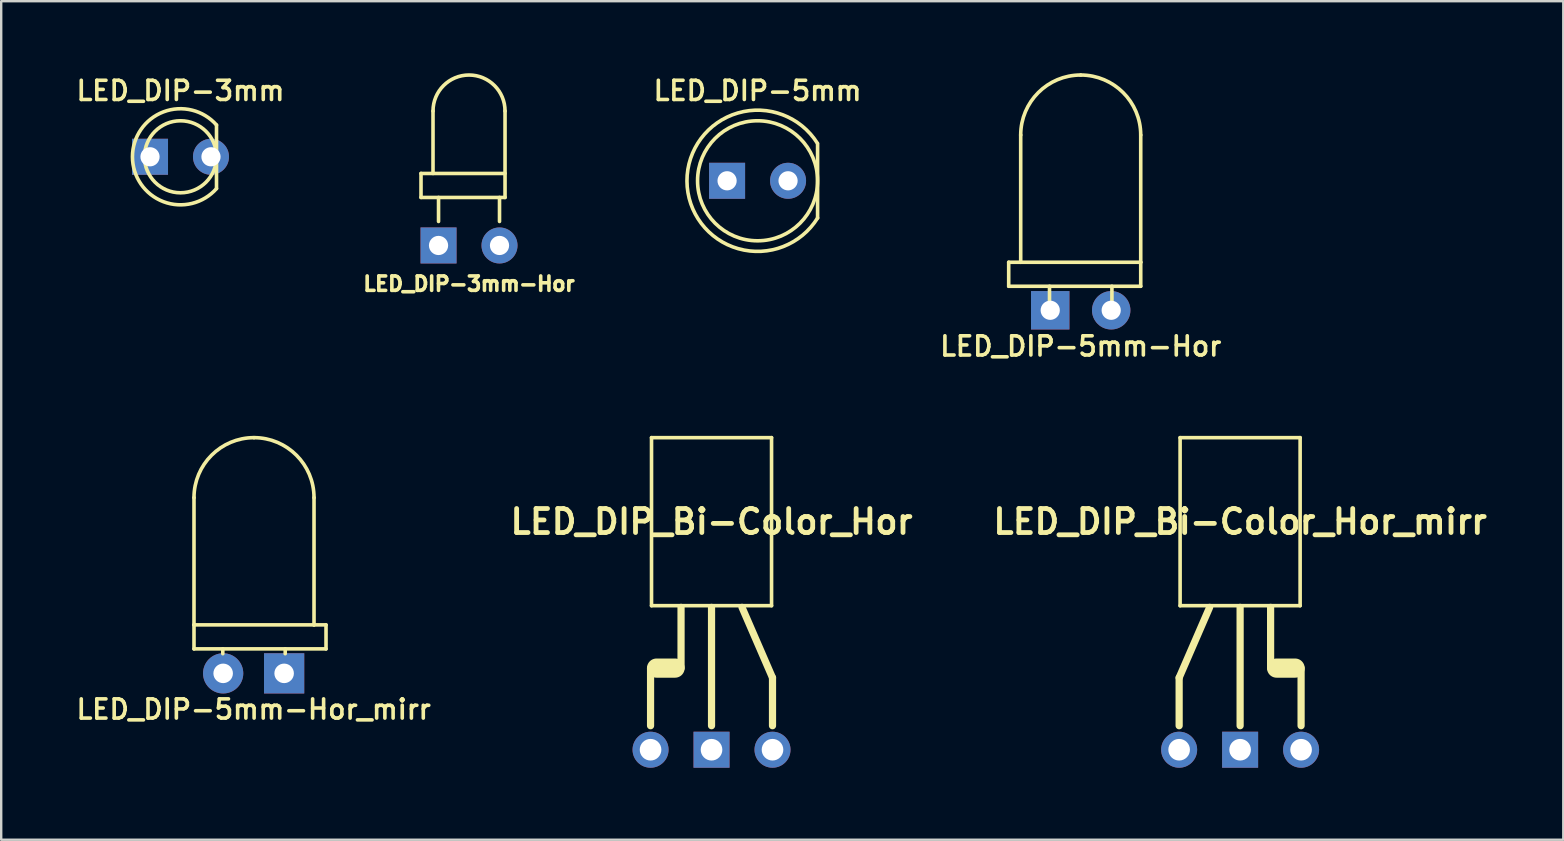
<source format=kicad_pcb>
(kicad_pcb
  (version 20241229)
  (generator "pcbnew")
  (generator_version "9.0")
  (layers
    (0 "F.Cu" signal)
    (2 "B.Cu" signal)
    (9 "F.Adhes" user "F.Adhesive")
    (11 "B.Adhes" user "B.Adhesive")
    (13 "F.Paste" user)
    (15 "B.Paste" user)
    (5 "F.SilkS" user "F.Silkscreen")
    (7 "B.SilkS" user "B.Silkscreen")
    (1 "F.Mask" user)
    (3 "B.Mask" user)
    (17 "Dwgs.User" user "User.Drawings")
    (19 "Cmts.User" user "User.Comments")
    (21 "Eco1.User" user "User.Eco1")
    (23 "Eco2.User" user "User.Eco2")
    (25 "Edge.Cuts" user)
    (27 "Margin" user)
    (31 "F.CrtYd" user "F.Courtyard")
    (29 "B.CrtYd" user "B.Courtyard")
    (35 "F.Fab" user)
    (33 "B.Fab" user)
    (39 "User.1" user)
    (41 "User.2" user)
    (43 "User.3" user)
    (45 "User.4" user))
  (footprint "LED_DIP_Bi-Color_Hor_mirr"
    (layer "F.Cu")
    (at 48.609 28.181)
    (property "Reference" "LED_DIP_Bi-Color_Hor_mirr" (at 0 -9.5 0) (layer "F.SilkS") (effects (font (size 1 1) (thickness 0.2))))
    (attr smd)
    (fp_line (start -2.54 -1) (end -2.54 -3) (stroke (width 0.3) (type solid)) (layer "F.SilkS"))
    (fp_line (start -2.5 -13) (end -2.5 -6) (stroke (width 0.15) (type solid)) (layer "F.SilkS"))
    (fp_line (start -2.5 -6) (end 2.5 -6) (stroke (width 0.15) (type solid)) (layer "F.SilkS"))
    (fp_line (start -1.27 -5.93) (end -2.54 -3) (stroke (width 0.3) (type solid)) (layer "F.SilkS"))
    (fp_line (start 0 -1) (end 0 -5.93) (stroke (width 0.3) (type solid)) (layer "F.SilkS"))
    (fp_line (start 1.27 -3.4) (end 1.27 -5.93) (stroke (width 0.3) (type solid)) (layer "F.SilkS"))
    (fp_line (start 2.29 -3.4) (end 1.52 -3.4) (stroke (width 0.8) (type solid)) (layer "F.SilkS"))
    (fp_line (start 2.5 -13) (end -2.5 -13) (stroke (width 0.15) (type solid)) (layer "F.SilkS"))
    (fp_line (start 2.5 -6) (end 2.5 -13) (stroke (width 0.15) (type solid)) (layer "F.SilkS"))
    (fp_line (start 2.54 -1) (end 2.54 -3.4) (stroke (width 0.3) (type solid)) (layer "F.SilkS"))
    (pad "CC" thru_hole rect (at 0 0) (size 1.5 1.5) (drill 0.9) (layers "*.Cu" "*.Mask"))
    (pad "GA" thru_hole circle (at -2.54 0) (size 1.5 1.5) (drill 0.9) (layers "*.Cu" "*.Mask"))
    (pad "RA" thru_hole circle (at 2.54 0) (size 1.5 1.5) (drill 0.9) (layers "*.Cu" "*.Mask")))
  (footprint "LED_DIP-5mm"
    (layer "F.Cu")
    (at 28.508 4.481)
    (property "Reference" "LED_DIP-5mm" (at 0 -3.75 0) (layer "F.SilkS") (effects (font (size 0.8 0.8) (thickness 0.15))))
    (attr through_hole)
    (fp_line (start 2.5 -1.55) (end 2.5 1.55) (stroke (width 0.15) (type solid)) (layer "F.SilkS"))
    (fp_arc (start 2.5 1.55) (mid -2.941495 0.010324) (end 2.489059 -1.56751) (stroke (width 0.15) (type solid)) (layer "F.SilkS"))
    (fp_circle (center 0 0) (end 2.5 0) (stroke (width 0.15) (type solid)) (fill no) (layer "F.SilkS"))
    (pad "A" thru_hole rect (at -1.27 0) (size 1.5 1.5) (drill 0.8) (layers "*.Cu" "*.Mask"))
    (pad "C" thru_hole circle (at 1.27 0) (size 1.5 1.5) (drill 0.8) (layers "*.Cu" "*.Mask")))
  (footprint "LED_DIP-3mm"
    (layer "F.Cu")
    (at 4.469 3.481)
    (property "Reference" "LED_DIP-3mm" (at 0 -2.75 0) (layer "F.SilkS") (effects (font (size 0.8 0.8) (thickness 0.15))))
    (attr through_hole)
    (fp_line (start 1.5 1.32) (end 1.5 -1.32) (stroke (width 0.15) (type solid)) (layer "F.SilkS"))
    (fp_arc (start 1.5 1.325) (mid -2.001406 -0.000183) (end 1.500242 -1.324726) (stroke (width 0.15) (type solid)) (layer "F.SilkS"))
    (fp_circle (center 0 0) (end 1.5 0) (stroke (width 0.15) (type solid)) (fill no) (layer "F.SilkS"))
    (pad "A" thru_hole rect (at -1.27 0) (size 1.5 1.5) (drill 0.8) (layers "*.Cu" "*.Mask"))
    (pad "C" thru_hole circle (at 1.27 0) (size 1.5 1.5) (drill 0.8) (layers "*.Cu" "*.Mask")))
  (footprint "LED_DIP-5mm-Hor"
    (layer "F.Cu")
    (at 41.969 9.875)
    (property "Reference" "LED_DIP-5mm-Hor" (at 0 1.5 0) (layer "F.SilkS") (effects (font (size 0.8 0.8) (thickness 0.15))))
    (attr through_hole)
    (fp_line (start -3 -2) (end -3 -1) (stroke (width 0.15) (type solid)) (layer "F.SilkS"))
    (fp_line (start -3 -1) (end 2.5 -1) (stroke (width 0.15) (type solid)) (layer "F.SilkS"))
    (fp_line (start -2.5 -7.3) (end -2.5 -2) (stroke (width 0.15) (type solid)) (layer "F.SilkS"))
    (fp_line (start -2.5 -2) (end -3 -2) (stroke (width 0.15) (type solid)) (layer "F.SilkS"))
    (fp_line (start -2.5 -2) (end 2.5 -2) (stroke (width 0.15) (type solid)) (layer "F.SilkS"))
    (fp_line (start -1.3 -1) (end -1.3 0) (stroke (width 0.15) (type solid)) (layer "F.SilkS"))
    (fp_line (start 1.3 -1) (end 1.3 0) (stroke (width 0.15) (type solid)) (layer "F.SilkS"))
    (fp_line (start 2.5 -2) (end 2.5 -7.3) (stroke (width 0.15) (type solid)) (layer "F.SilkS"))
    (fp_line (start 2.5 -1) (end 2.5 -2) (stroke (width 0.15) (type solid)) (layer "F.SilkS"))
    (fp_arc (start -2.5 -7.3) (mid -1.767767 -9.067767) (end 0 -9.8) (stroke (width 0.15) (type solid)) (layer "F.SilkS"))
    (fp_arc (start 0 -9.8) (mid 1.767767 -9.067767) (end 2.5 -7.3) (stroke (width 0.15) (type solid)) (layer "F.SilkS"))
    (pad "A" thru_hole rect (at -1.27 0) (size 1.6 1.6) (drill 0.8) (layers "*.Cu" "*.Mask"))
    (pad "C" thru_hole circle (at 1.27 0) (size 1.6 1.6) (drill 0.8) (layers "*.Cu" "*.Mask")))
  (footprint "LED_DIP_Bi-Color_Hor"
    (layer "F.Cu")
    (at 26.59 28.181)
    (property "Reference" "LED_DIP_Bi-Color_Hor" (at 0 -9.5 0) (layer "F.SilkS") (effects (font (size 1 1) (thickness 0.2))))
    (attr through_hole)
    (fp_line (start -2.54 -1) (end -2.54 -3.4) (stroke (width 0.3) (type solid)) (layer "F.SilkS"))
    (fp_line (start -2.5 -13) (end 2.5 -13) (stroke (width 0.15) (type solid)) (layer "F.SilkS"))
    (fp_line (start -2.5 -6) (end -2.5 -13) (stroke (width 0.15) (type solid)) (layer "F.SilkS"))
    (fp_line (start -2.29 -3.4) (end -1.52 -3.4) (stroke (width 0.8) (type solid)) (layer "F.SilkS"))
    (fp_line (start -1.27 -3.4) (end -1.27 -5.93) (stroke (width 0.3) (type solid)) (layer "F.SilkS"))
    (fp_line (start 0 -1) (end 0 -5.93) (stroke (width 0.3) (type solid)) (layer "F.SilkS"))
    (fp_line (start 1.27 -5.93) (end 2.54 -3) (stroke (width 0.3) (type solid)) (layer "F.SilkS"))
    (fp_line (start 2.5 -13) (end 2.5 -6) (stroke (width 0.15) (type solid)) (layer "F.SilkS"))
    (fp_line (start 2.5 -6) (end -2.5 -6) (stroke (width 0.15) (type solid)) (layer "F.SilkS"))
    (fp_line (start 2.54 -1) (end 2.54 -3) (stroke (width 0.3) (type solid)) (layer "F.SilkS"))
    (pad "CC" thru_hole rect (at 0 0) (size 1.5 1.5) (drill 0.9) (layers "*.Cu" "*.Mask"))
    (pad "GA" thru_hole circle (at 2.54 0) (size 1.5 1.5) (drill 0.9) (layers "*.Cu" "*.Mask"))
    (pad "RA" thru_hole circle (at -2.54 0) (size 1.5 1.5) (drill 0.9) (layers "*.Cu" "*.Mask")))
  (footprint "LED_DIP-5mm-Hor_mirr"
    (layer "F.Cu")
    (at 7.516 25)
    (property "Reference" "LED_DIP-5mm-Hor_mirr" (at 0 1.5 0) (layer "F.SilkS") (effects (font (size 0.8 0.8) (thickness 0.15))))
    (attr through_hole)
    (fp_line (start -2.485 -2.019) (end -2.485 -7.319) (stroke (width 0.15) (type solid)) (layer "F.SilkS"))
    (fp_line (start -2.485 -1.019) (end -2.485 -2.019) (stroke (width 0.15) (type solid)) (layer "F.SilkS"))
    (fp_line (start -1.285 -1.019) (end -1.285 -0.819) (stroke (width 0.15) (type solid)) (layer "F.SilkS"))
    (fp_line (start 1.315 -1.019) (end 1.315 -0.819) (stroke (width 0.15) (type solid)) (layer "F.SilkS"))
    (fp_line (start 2.515 -7.319) (end 2.515 -2.019) (stroke (width 0.15) (type solid)) (layer "F.SilkS"))
    (fp_line (start 2.515 -2.019) (end -2.485 -2.019) (stroke (width 0.15) (type solid)) (layer "F.SilkS"))
    (fp_line (start 2.515 -2.019) (end 3.015 -2.019) (stroke (width 0.15) (type solid)) (layer "F.SilkS"))
    (fp_line (start 3.015 -2.019) (end 3.015 -1.019) (stroke (width 0.15) (type solid)) (layer "F.SilkS"))
    (fp_line (start 3.015 -1.019) (end -2.485 -1.019) (stroke (width 0.15) (type solid)) (layer "F.SilkS"))
    (fp_arc (start -2.485 -7.319) (mid -1.752767 -9.086767) (end 0.015 -9.819) (stroke (width 0.15) (type solid)) (layer "F.SilkS"))
    (fp_arc (start 0.015 -9.819) (mid 1.782767 -9.086767) (end 2.515 -7.319) (stroke (width 0.15) (type solid)) (layer "F.SilkS"))
    (pad "A" thru_hole rect (at 1.27 0) (size 1.676 1.676) (drill 0.813) (layers "*.Cu" "*.Mask"))
    (pad "C" thru_hole circle (at -1.27 0) (size 1.676 1.676) (drill 0.813) (layers "*.Cu" "*.Mask")))
  (footprint "LED_DIP-3mm-Hor"
    (layer "F.Cu")
    (at 16.488 7.175)
    (property "Reference" "LED_DIP-3mm-Hor" (at 0 1.6 0) (layer "F.SilkS") (effects (font (size 0.6 0.6) (thickness 0.15))))
    (attr through_hole)
    (fp_line (start -2 -3) (end 1.5 -3) (stroke (width 0.15) (type solid)) (layer "F.SilkS"))
    (fp_line (start -2 -2) (end -2 -3) (stroke (width 0.15) (type solid)) (layer "F.SilkS"))
    (fp_line (start -1.5 -5.6) (end -1.5 -3) (stroke (width 0.15) (type solid)) (layer "F.SilkS"))
    (fp_line (start -1.27 -1) (end -1.27 -2) (stroke (width 0.15) (type solid)) (layer "F.SilkS"))
    (fp_line (start 1.27 -1) (end 1.27 -2) (stroke (width 0.15) (type solid)) (layer "F.SilkS"))
    (fp_line (start 1.5 -2) (end -2 -2) (stroke (width 0.15) (type solid)) (layer "F.SilkS"))
    (fp_line (start 1.5 -2) (end 1.5 -5.6) (stroke (width 0.15) (type solid)) (layer "F.SilkS"))
    (fp_arc (start -1.5 -5.6) (mid 0 -7.1) (end 1.5 -5.6) (stroke (width 0.15) (type solid)) (layer "F.SilkS"))
    (pad "A" thru_hole rect (at -1.27 0) (size 1.5 1.5) (drill 0.8) (layers "*.Cu" "*.Mask"))
    (pad "C" thru_hole circle (at 1.27 0) (size 1.5 1.5) (drill 0.8) (layers "*.Cu" "*.Mask")))
  (gr_rect
    (start -3 -3)
    (end 62.071 31.931)
    (stroke (width 0.1) (type default))
    (fill no)
    (layer "Edge.Cuts")))
</source>
